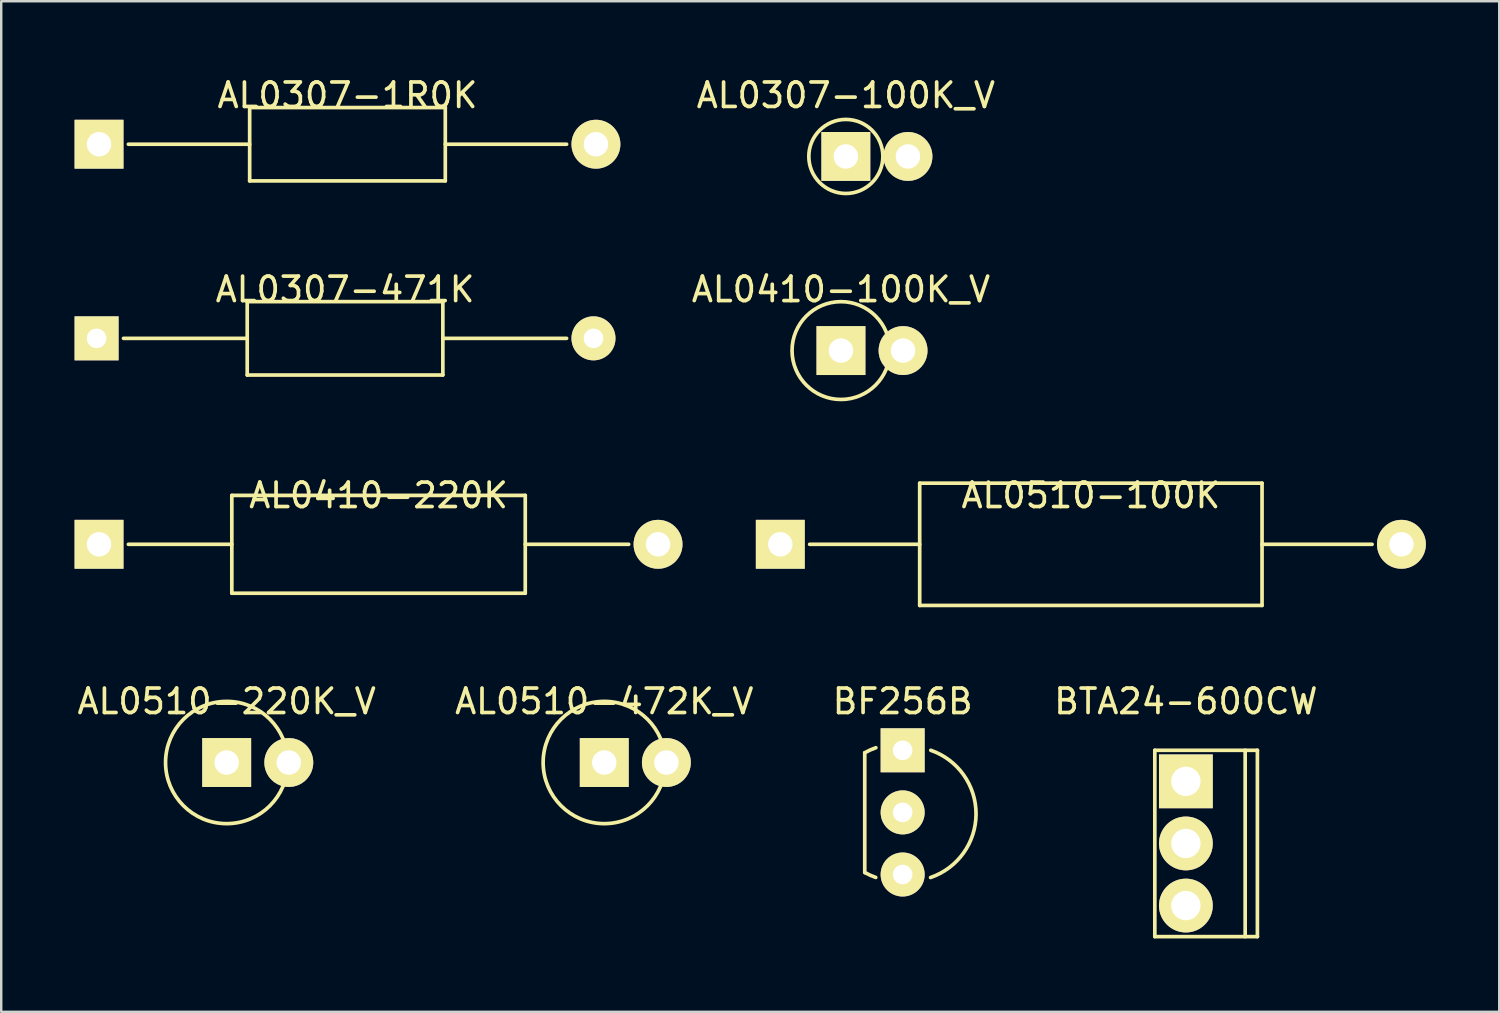
<source format=kicad_pcb>
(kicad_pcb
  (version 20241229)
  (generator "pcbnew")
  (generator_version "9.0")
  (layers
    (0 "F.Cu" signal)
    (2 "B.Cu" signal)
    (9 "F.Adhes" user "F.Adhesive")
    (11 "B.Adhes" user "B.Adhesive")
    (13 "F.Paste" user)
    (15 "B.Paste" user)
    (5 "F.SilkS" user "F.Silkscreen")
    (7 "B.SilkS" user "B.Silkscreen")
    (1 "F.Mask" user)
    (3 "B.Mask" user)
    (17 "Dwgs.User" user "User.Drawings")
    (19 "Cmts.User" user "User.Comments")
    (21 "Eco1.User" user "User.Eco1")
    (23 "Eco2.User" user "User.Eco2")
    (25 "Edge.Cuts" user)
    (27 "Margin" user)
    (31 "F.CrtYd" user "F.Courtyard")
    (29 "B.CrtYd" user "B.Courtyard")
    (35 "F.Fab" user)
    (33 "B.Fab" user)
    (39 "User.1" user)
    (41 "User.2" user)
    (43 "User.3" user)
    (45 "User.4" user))
  (footprint "BTA24-600CW"
    (layer "F.Cu")
    (at 45.445 28.902)
    (property "Reference" "BTA24-600CW" (at 0 -3.27 0) (layer "F.SilkS") (effects (font (size 1 1) (thickness 0.15))))
    (attr through_hole)
    (fp_line (start -1.27 -1.27) (end -1.27 6.35) (stroke (width 0.15) (type solid)) (layer "F.SilkS"))
    (fp_line (start -1.27 -1.27) (end 2.925 -1.27) (stroke (width 0.15) (type solid)) (layer "F.SilkS"))
    (fp_line (start -1.27 6.35) (end 2.925 6.35) (stroke (width 0.15) (type solid)) (layer "F.SilkS"))
    (fp_line (start 2.425 -1.27) (end 2.425 6.35) (stroke (width 0.15) (type solid)) (layer "F.SilkS"))
    (fp_line (start 2.925 -1.27) (end 2.925 6.35) (stroke (width 0.15) (type solid)) (layer "F.SilkS"))
    (pad "1" thru_hole rect (at 0 0) (size 2.2 2.2) (drill 1.2) (layers "*.Cu" "*.Mask" "F.SilkS"))
    (pad "2" thru_hole circle (at 0 2.54) (size 2.2 2.2) (drill 1.2) (layers "*.Cu" "*.Mask" "F.SilkS"))
    (pad "3" thru_hole circle (at 0 5.08) (size 2.2 2.2) (drill 1.2) (layers "*.Cu" "*.Mask" "F.SilkS")))
  (footprint "AL0307-1R0K"
    (layer "F.Cu")
    (at 1 2.848)
    (property "Reference" "AL0307-1R0K" (at 10.16 -2 0) (layer "F.SilkS") (effects (font (size 1 1) (thickness 0.15))))
    (attr through_hole)
    (fp_line (start 1.2 0) (end 6.16 0) (stroke (width 0.15) (type solid)) (layer "F.SilkS"))
    (fp_line (start 6.16 -1.5) (end 6.16 1.5) (stroke (width 0.15) (type solid)) (layer "F.SilkS"))
    (fp_line (start 6.16 -1.5) (end 14.16 -1.5) (stroke (width 0.15) (type solid)) (layer "F.SilkS"))
    (fp_line (start 6.16 1.5) (end 14.16 1.5) (stroke (width 0.15) (type solid)) (layer "F.SilkS"))
    (fp_line (start 14.16 0) (end 19.12 0) (stroke (width 0.15) (type solid)) (layer "F.SilkS"))
    (fp_line (start 14.16 1.5) (end 14.16 -1.5) (stroke (width 0.15) (type solid)) (layer "F.SilkS"))
    (pad "1" thru_hole rect (at 0 0) (size 2 2) (drill 1) (layers "*.Cu" "*.Mask" "F.SilkS"))
    (pad "2" thru_hole circle (at 20.32 0) (size 2 2) (drill 1) (layers "*.Cu" "*.Mask" "F.SilkS")))
  (footprint "AL0510-472K_V"
    (layer "F.Cu")
    (at 21.661 28.132)
    (property "Reference" "AL0510-472K_V" (at 0 -2.5 0) (layer "F.SilkS") (effects (font (size 1 1) (thickness 0.15))))
    (attr through_hole)
    (fp_circle (center 0 0) (end 0 -2.5) (stroke (width 0.15) (type solid)) (fill no) (layer "F.SilkS"))
    (pad "1" thru_hole rect (at 0 0) (size 2 2) (drill 1) (layers "*.Cu" "*.Mask" "F.SilkS"))
    (pad "2" thru_hole circle (at 2.54 0) (size 2 2) (drill 1) (layers "*.Cu" "*.Mask" "F.SilkS")))
  (footprint "AL0510-100K"
    (layer "F.Cu")
    (at 28.86 19.209)
    (property "Reference" "AL0510-100K" (at 12.7 -2 0) (layer "F.SilkS") (effects (font (size 1 1) (thickness 0.15))))
    (attr through_hole)
    (fp_line (start 1.2 0) (end 5.7 0) (stroke (width 0.15) (type solid)) (layer "F.SilkS"))
    (fp_line (start 5.7 -2.5) (end 5.7 2.5) (stroke (width 0.15) (type solid)) (layer "F.SilkS"))
    (fp_line (start 5.7 -2.5) (end 19.7 -2.5) (stroke (width 0.15) (type solid)) (layer "F.SilkS"))
    (fp_line (start 5.7 2.5) (end 19.7 2.5) (stroke (width 0.15) (type solid)) (layer "F.SilkS"))
    (fp_line (start 19.7 0) (end 24.2 0) (stroke (width 0.15) (type solid)) (layer "F.SilkS"))
    (fp_line (start 19.7 2.5) (end 19.7 -2.5) (stroke (width 0.15) (type solid)) (layer "F.SilkS"))
    (pad "1" thru_hole rect (at 0 0) (size 2 2) (drill 1) (layers "*.Cu" "*.Mask" "F.SilkS"))
    (pad "2" thru_hole circle (at 25.4 0) (size 2 2) (drill 1) (layers "*.Cu" "*.Mask" "F.SilkS")))
  (footprint "AL0307-100K_V"
    (layer "F.Cu")
    (at 31.54 3.348)
    (property "Reference" "AL0307-100K_V" (at 0 -2.5 0) (layer "F.SilkS") (effects (font (size 1 1) (thickness 0.15))))
    (attr through_hole)
    (fp_circle (center 0 0) (end 0 -1.514) (stroke (width 0.15) (type solid)) (fill no) (layer "F.SilkS"))
    (pad "1" thru_hole rect (at 0 0) (size 2 2) (drill 1) (layers "*.Cu" "*.Mask" "F.SilkS"))
    (pad "2" thru_hole circle (at 2.54 0) (size 2 2) (drill 1) (layers "*.Cu" "*.Mask" "F.SilkS")))
  (footprint "BF256B"
    (layer "F.Cu")
    (at 33.863 27.632)
    (property "Reference" "BF256B" (at 0 -2 0) (layer "F.SilkS") (effects (font (size 1 1) (thickness 0.15))))
    (attr through_hole)
    (fp_line (start -1.55 5) (end -1.55 0.1) (stroke (width 0.15) (type solid)) (layer "F.SilkS"))
    (fp_arc (start -1.55 0.1) (mid -1.326783 -0.012505) (end -1.09461 -0.105127) (stroke (width 0.15) (type solid)) (layer "F.SilkS"))
    (fp_arc (start -1.1 5.2) (mid -1.32318 5.111666) (end -1.537812 5.004217) (stroke (width 0.15) (type solid)) (layer "F.SilkS"))
    (fp_arc (start 1.15 0) (mid 3.00136 2.60449) (end 1.14151 5.202923) (stroke (width 0.15) (type solid)) (layer "F.SilkS"))
    (pad "1" thru_hole rect (at 0 0) (size 1.8 1.8) (drill 0.8) (layers "*.Cu" "*.Mask" "F.SilkS"))
    (pad "2" thru_hole circle (at 0 2.54) (size 1.8 1.8) (drill 0.8) (layers "*.Cu" "*.Mask" "F.SilkS"))
    (pad "3" thru_hole circle (at 0 5.08) (size 1.8 1.8) (drill 0.8) (layers "*.Cu" "*.Mask" "F.SilkS")))
  (footprint "AL0410-220K"
    (layer "F.Cu")
    (at 1 19.209)
    (property "Reference" "AL0410-220K" (at 11.43 -2 0) (layer "F.SilkS") (effects (font (size 1 1) (thickness 0.15))))
    (attr through_hole)
    (fp_line (start 1.2 0) (end 5.43 0) (stroke (width 0.15) (type solid)) (layer "F.SilkS"))
    (fp_line (start 5.43 -2) (end 5.43 2) (stroke (width 0.15) (type solid)) (layer "F.SilkS"))
    (fp_line (start 5.43 -2) (end 17.43 -2) (stroke (width 0.15) (type solid)) (layer "F.SilkS"))
    (fp_line (start 5.43 2) (end 17.43 2) (stroke (width 0.15) (type solid)) (layer "F.SilkS"))
    (fp_line (start 17.43 0) (end 21.66 0) (stroke (width 0.15) (type solid)) (layer "F.SilkS"))
    (fp_line (start 17.43 2) (end 17.43 -2) (stroke (width 0.15) (type solid)) (layer "F.SilkS"))
    (pad "1" thru_hole rect (at 0 0) (size 2 2) (drill 1) (layers "*.Cu" "*.Mask" "F.SilkS"))
    (pad "2" thru_hole circle (at 22.86 0) (size 2 2) (drill 1) (layers "*.Cu" "*.Mask" "F.SilkS")))
  (footprint "AL0410-100K_V"
    (layer "F.Cu")
    (at 31.34 11.286)
    (property "Reference" "AL0410-100K_V" (at 0 -2.5 0) (layer "F.SilkS") (effects (font (size 1 1) (thickness 0.15))))
    (attr through_hole)
    (fp_circle (center 0 0) (end 0 -2) (stroke (width 0.15) (type solid)) (fill no) (layer "F.SilkS"))
    (pad "1" thru_hole rect (at 0 0) (size 2 2) (drill 1) (layers "*.Cu" "*.Mask" "F.SilkS"))
    (pad "2" thru_hole circle (at 2.54 0) (size 2 2) (drill 1) (layers "*.Cu" "*.Mask" "F.SilkS")))
  (footprint "AL0307-471K"
    (layer "F.Cu")
    (at 0.9 10.786)
    (property "Reference" "AL0307-471K" (at 10.16 -2 0) (layer "F.SilkS") (effects (font (size 1 1) (thickness 0.15))))
    (attr through_hole)
    (fp_line (start 1.1 0) (end 6.16 0) (stroke (width 0.15) (type solid)) (layer "F.SilkS"))
    (fp_line (start 6.16 -1.5) (end 6.16 1.5) (stroke (width 0.15) (type solid)) (layer "F.SilkS"))
    (fp_line (start 6.16 -1.5) (end 14.16 -1.5) (stroke (width 0.15) (type solid)) (layer "F.SilkS"))
    (fp_line (start 6.16 1.5) (end 14.16 1.5) (stroke (width 0.15) (type solid)) (layer "F.SilkS"))
    (fp_line (start 14.16 0) (end 19.22 0) (stroke (width 0.15) (type solid)) (layer "F.SilkS"))
    (fp_line (start 14.16 1.5) (end 14.16 -1.5) (stroke (width 0.15) (type solid)) (layer "F.SilkS"))
    (pad "1" thru_hole rect (at 0 0) (size 1.8 1.8) (drill 0.8) (layers "*.Cu" "*.Mask" "F.SilkS"))
    (pad "2" thru_hole circle (at 20.32 0) (size 1.8 1.8) (drill 0.8) (layers "*.Cu" "*.Mask" "F.SilkS")))
  (footprint "AL0510-220K_V"
    (layer "F.Cu")
    (at 6.22 28.132)
    (property "Reference" "AL0510-220K_V" (at 0 -2.5 0) (layer "F.SilkS") (effects (font (size 1 1) (thickness 0.15))))
    (attr through_hole)
    (fp_circle (center 0 0) (end 0 -2.5) (stroke (width 0.15) (type solid)) (fill no) (layer "F.SilkS"))
    (pad "1" thru_hole rect (at 0 0) (size 2 2) (drill 1) (layers "*.Cu" "*.Mask" "F.SilkS"))
    (pad "2" thru_hole circle (at 2.54 0) (size 2 2) (drill 1) (layers "*.Cu" "*.Mask" "F.SilkS")))
  (gr_rect
    (start -3 -3)
    (end 58.26 38.327)
    (stroke (width 0.1) (type default))
    (fill no)
    (layer "Edge.Cuts")))
</source>
